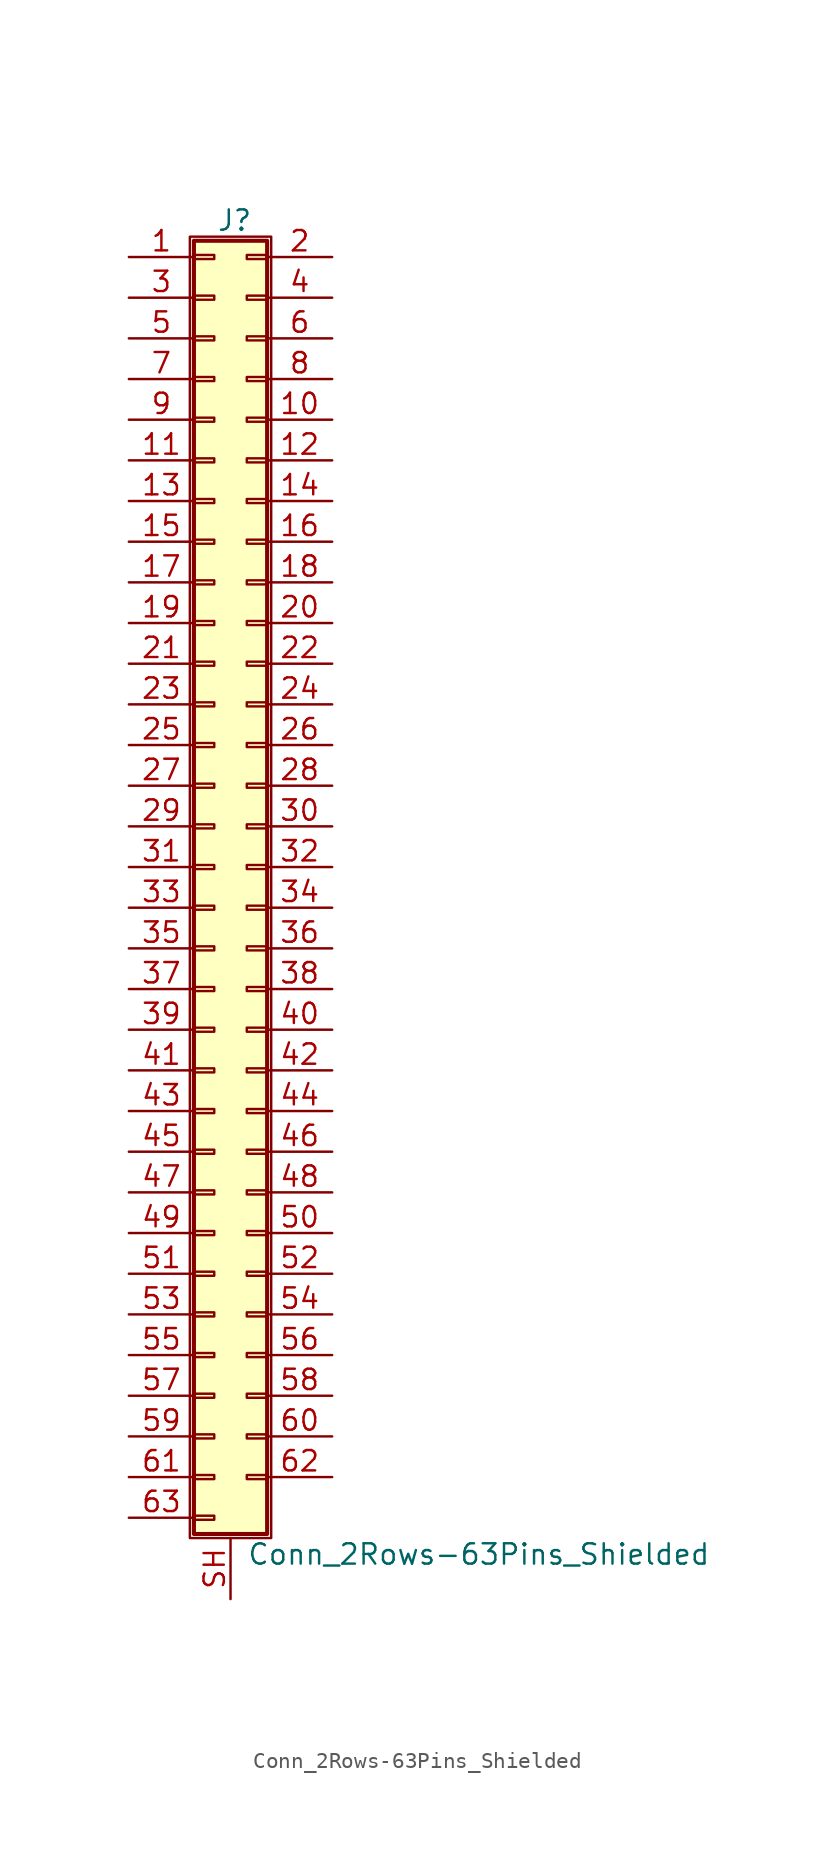
<source format=kicad_sym>
(kicad_symbol_lib
  (version 20201005)
  (generator kicad_symbol_editor)
  (symbol "Conn_2Rows-63Pins_Shielded"
    (pin_names
      (offset 1.016) hide)
    (property "Reference" "J"
      (at 1.524 40.386 0)
      (effects (font (size 1.27 1.27))))
    (property "Value" "Conn_2Rows-63Pins_Shielded"
      (at 2.286 -42.926 0)
      (effects (font (size 1.27 1.27)) (justify left)))
    (symbol "Conn_2Rows-63Pins_Shielded_1_1"
      (rectangle (start -1.27 39.37) (end 3.81 -41.91) (stroke (width 0.152)) (fill (type none)))
      (rectangle (start -1.016 -40.513) (end 0.254 -40.767) (stroke (width 0.152)) (fill (type none)))
      (rectangle (start -1.016 -37.973) (end 0.254 -38.227) (stroke (width 0.152)) (fill (type none)))
      (rectangle (start -1.016 -35.433) (end 0.254 -35.687) (stroke (width 0.152)) (fill (type none)))
      (rectangle (start -1.016 -32.893) (end 0.254 -33.147) (stroke (width 0.152)) (fill (type none)))
      (rectangle (start -1.016 -30.353) (end 0.254 -30.607) (stroke (width 0.152)) (fill (type none)))
      (rectangle (start -1.016 -27.813) (end 0.254 -28.067) (stroke (width 0.152)) (fill (type none)))
      (rectangle (start -1.016 -25.273) (end 0.254 -25.527) (stroke (width 0.152)) (fill (type none)))
      (rectangle (start -1.016 -22.733) (end 0.254 -22.987) (stroke (width 0.152)) (fill (type none)))
      (rectangle (start -1.016 -20.193) (end 0.254 -20.447) (stroke (width 0.152)) (fill (type none)))
      (rectangle (start -1.016 -17.653) (end 0.254 -17.907) (stroke (width 0.152)) (fill (type none)))
      (rectangle (start -1.016 -15.113) (end 0.254 -15.367) (stroke (width 0.152)) (fill (type none)))
      (rectangle (start -1.016 -12.573) (end 0.254 -12.827) (stroke (width 0.152)) (fill (type none)))
      (rectangle (start -1.016 -10.033) (end 0.254 -10.287) (stroke (width 0.152)) (fill (type none)))
      (rectangle (start -1.016 -7.493) (end 0.254 -7.747) (stroke (width 0.152)) (fill (type none)))
      (rectangle (start -1.016 -4.953) (end 0.254 -5.207) (stroke (width 0.152)) (fill (type none)))
      (rectangle (start -1.016 -2.413) (end 0.254 -2.667) (stroke (width 0.152)) (fill (type none)))
      (rectangle (start -1.016 0.127) (end 0.254 -0.127) (stroke (width 0.152)) (fill (type none)))
      (rectangle (start -1.016 2.667) (end 0.254 2.413) (stroke (width 0.152)) (fill (type none)))
      (rectangle (start -1.016 5.207) (end 0.254 4.953) (stroke (width 0.152)) (fill (type none)))
      (rectangle (start -1.016 7.747) (end 0.254 7.493) (stroke (width 0.152)) (fill (type none)))
      (rectangle (start -1.016 10.287) (end 0.254 10.033) (stroke (width 0.152)) (fill (type none)))
      (rectangle (start -1.016 12.827) (end 0.254 12.573) (stroke (width 0.152)) (fill (type none)))
      (rectangle (start -1.016 15.367) (end 0.254 15.113) (stroke (width 0.152)) (fill (type none)))
      (rectangle (start -1.016 17.907) (end 0.254 17.653) (stroke (width 0.152)) (fill (type none)))
      (rectangle (start -1.016 20.447) (end 0.254 20.193) (stroke (width 0.152)) (fill (type none)))
      (rectangle (start -1.016 22.987) (end 0.254 22.733) (stroke (width 0.152)) (fill (type none)))
      (rectangle (start -1.016 25.527) (end 0.254 25.273) (stroke (width 0.152)) (fill (type none)))
      (rectangle (start -1.016 28.067) (end 0.254 27.813) (stroke (width 0.152)) (fill (type none)))
      (rectangle (start -1.016 30.607) (end 0.254 30.353) (stroke (width 0.152)) (fill (type none)))
      (rectangle (start -1.016 33.147) (end 0.254 32.893) (stroke (width 0.152)) (fill (type none)))
      (rectangle (start -1.016 35.687) (end 0.254 35.433) (stroke (width 0.152)) (fill (type none)))
      (rectangle (start -1.016 38.227) (end 0.254 37.973) (stroke (width 0.152)) (fill (type none)))
      (rectangle (start 3.556 -37.973) (end 2.286 -38.227) (stroke (width 0.152)) (fill (type none)))
      (rectangle (start 3.556 -35.433) (end 2.286 -35.687) (stroke (width 0.152)) (fill (type none)))
      (rectangle (start 3.556 -32.893) (end 2.286 -33.147) (stroke (width 0.152)) (fill (type none)))
      (rectangle (start 3.556 -30.353) (end 2.286 -30.607) (stroke (width 0.152)) (fill (type none)))
      (rectangle (start 3.556 -27.813) (end 2.286 -28.067) (stroke (width 0.152)) (fill (type none)))
      (rectangle (start 3.556 -25.273) (end 2.286 -25.527) (stroke (width 0.152)) (fill (type none)))
      (rectangle (start 3.556 -22.733) (end 2.286 -22.987) (stroke (width 0.152)) (fill (type none)))
      (rectangle (start 3.556 -20.193) (end 2.286 -20.447) (stroke (width 0.152)) (fill (type none)))
      (rectangle (start 3.556 -17.653) (end 2.286 -17.907) (stroke (width 0.152)) (fill (type none)))
      (rectangle (start 3.556 -15.113) (end 2.286 -15.367) (stroke (width 0.152)) (fill (type none)))
      (rectangle (start 3.556 -12.573) (end 2.286 -12.827) (stroke (width 0.152)) (fill (type none)))
      (rectangle (start 3.556 -10.033) (end 2.286 -10.287) (stroke (width 0.152)) (fill (type none)))
      (rectangle (start 3.556 -7.493) (end 2.286 -7.747) (stroke (width 0.152)) (fill (type none)))
      (rectangle (start 3.556 -4.953) (end 2.286 -5.207) (stroke (width 0.152)) (fill (type none)))
      (rectangle (start 3.556 -2.413) (end 2.286 -2.667) (stroke (width 0.152)) (fill (type none)))
      (rectangle (start 3.556 0.127) (end 2.286 -0.127) (stroke (width 0.152)) (fill (type none)))
      (rectangle (start 3.556 2.667) (end 2.286 2.413) (stroke (width 0.152)) (fill (type none)))
      (rectangle (start 3.556 5.207) (end 2.286 4.953) (stroke (width 0.152)) (fill (type none)))
      (rectangle (start 3.556 7.747) (end 2.286 7.493) (stroke (width 0.152)) (fill (type none)))
      (rectangle (start 3.556 10.287) (end 2.286 10.033) (stroke (width 0.152)) (fill (type none)))
      (rectangle (start 3.556 12.827) (end 2.286 12.573) (stroke (width 0.152)) (fill (type none)))
      (rectangle (start 3.556 15.367) (end 2.286 15.113) (stroke (width 0.152)) (fill (type none)))
      (rectangle (start 3.556 17.907) (end 2.286 17.653) (stroke (width 0.152)) (fill (type none)))
      (rectangle (start 3.556 20.447) (end 2.286 20.193) (stroke (width 0.152)) (fill (type none)))
      (rectangle (start 3.556 22.987) (end 2.286 22.733) (stroke (width 0.152)) (fill (type none)))
      (rectangle (start 3.556 25.527) (end 2.286 25.273) (stroke (width 0.152)) (fill (type none)))
      (rectangle (start 3.556 28.067) (end 2.286 27.813) (stroke (width 0.152)) (fill (type none)))
      (rectangle (start 3.556 30.607) (end 2.286 30.353) (stroke (width 0.152)) (fill (type none)))
      (rectangle (start 3.556 33.147) (end 2.286 32.893) (stroke (width 0.152)) (fill (type none)))
      (rectangle (start 3.556 35.687) (end 2.286 35.433) (stroke (width 0.152)) (fill (type none)))
      (rectangle (start 3.556 38.227) (end 2.286 37.973) (stroke (width 0.152)) (fill (type none)))
      (rectangle (start -1.016 39.116) (end 3.556 -41.656) (stroke (width 0.254)) (fill (type background)))
      (pin passive line (at -5.08 38.1 0) (length 4.064) (name "Pin_1" (effects (font (size 1.27 1.27)))) (number "1" (effects (font (size 1.27 1.27)))))
      (pin passive line (at 7.62 27.94 180) (length 4.064) (name "Pin_10" (effects (font (size 1.27 1.27)))) (number "10" (effects (font (size 1.27 1.27)))))
      (pin passive line (at -5.08 25.4 0) (length 4.064) (name "Pin_11" (effects (font (size 1.27 1.27)))) (number "11" (effects (font (size 1.27 1.27)))))
      (pin passive line (at 7.62 25.4 180) (length 4.064) (name "Pin_12" (effects (font (size 1.27 1.27)))) (number "12" (effects (font (size 1.27 1.27)))))
      (pin passive line (at -5.08 22.86 0) (length 4.064) (name "Pin_13" (effects (font (size 1.27 1.27)))) (number "13" (effects (font (size 1.27 1.27)))))
      (pin passive line (at 7.62 22.86 180) (length 4.064) (name "Pin_14" (effects (font (size 1.27 1.27)))) (number "14" (effects (font (size 1.27 1.27)))))
      (pin passive line (at -5.08 20.32 0) (length 4.064) (name "Pin_15" (effects (font (size 1.27 1.27)))) (number "15" (effects (font (size 1.27 1.27)))))
      (pin passive line (at 7.62 20.32 180) (length 4.064) (name "Pin_16" (effects (font (size 1.27 1.27)))) (number "16" (effects (font (size 1.27 1.27)))))
      (pin passive line (at -5.08 17.78 0) (length 4.064) (name "Pin_17" (effects (font (size 1.27 1.27)))) (number "17" (effects (font (size 1.27 1.27)))))
      (pin passive line (at 7.62 17.78 180) (length 4.064) (name "Pin_18" (effects (font (size 1.27 1.27)))) (number "18" (effects (font (size 1.27 1.27)))))
      (pin passive line (at -5.08 15.24 0) (length 4.064) (name "Pin_19" (effects (font (size 1.27 1.27)))) (number "19" (effects (font (size 1.27 1.27)))))
      (pin passive line (at 7.62 38.1 180) (length 4.064) (name "Pin_2" (effects (font (size 1.27 1.27)))) (number "2" (effects (font (size 1.27 1.27)))))
      (pin passive line (at 7.62 15.24 180) (length 4.064) (name "Pin_20" (effects (font (size 1.27 1.27)))) (number "20" (effects (font (size 1.27 1.27)))))
      (pin passive line (at -5.08 12.7 0) (length 4.064) (name "Pin_21" (effects (font (size 1.27 1.27)))) (number "21" (effects (font (size 1.27 1.27)))))
      (pin passive line (at 7.62 12.7 180) (length 4.064) (name "Pin_22" (effects (font (size 1.27 1.27)))) (number "22" (effects (font (size 1.27 1.27)))))
      (pin passive line (at -5.08 10.16 0) (length 4.064) (name "Pin_23" (effects (font (size 1.27 1.27)))) (number "23" (effects (font (size 1.27 1.27)))))
      (pin passive line (at 7.62 10.16 180) (length 4.064) (name "Pin_24" (effects (font (size 1.27 1.27)))) (number "24" (effects (font (size 1.27 1.27)))))
      (pin passive line (at -5.08 7.62 0) (length 4.064) (name "Pin_25" (effects (font (size 1.27 1.27)))) (number "25" (effects (font (size 1.27 1.27)))))
      (pin passive line (at 7.62 7.62 180) (length 4.064) (name "Pin_26" (effects (font (size 1.27 1.27)))) (number "26" (effects (font (size 1.27 1.27)))))
      (pin passive line (at -5.08 5.08 0) (length 4.064) (name "Pin_27" (effects (font (size 1.27 1.27)))) (number "27" (effects (font (size 1.27 1.27)))))
      (pin passive line (at 7.62 5.08 180) (length 4.064) (name "Pin_28" (effects (font (size 1.27 1.27)))) (number "28" (effects (font (size 1.27 1.27)))))
      (pin passive line (at -5.08 2.54 0) (length 4.064) (name "Pin_29" (effects (font (size 1.27 1.27)))) (number "29" (effects (font (size 1.27 1.27)))))
      (pin passive line (at -5.08 35.56 0) (length 4.064) (name "Pin_3" (effects (font (size 1.27 1.27)))) (number "3" (effects (font (size 1.27 1.27)))))
      (pin passive line (at 7.62 2.54 180) (length 4.064) (name "Pin_30" (effects (font (size 1.27 1.27)))) (number "30" (effects (font (size 1.27 1.27)))))
      (pin passive line (at -5.08 0 0) (length 4.064) (name "Pin_31" (effects (font (size 1.27 1.27)))) (number "31" (effects (font (size 1.27 1.27)))))
      (pin passive line (at 7.62 0 180) (length 4.064) (name "Pin_32" (effects (font (size 1.27 1.27)))) (number "32" (effects (font (size 1.27 1.27)))))
      (pin passive line (at -5.08 -2.54 0) (length 4.064) (name "Pin_33" (effects (font (size 1.27 1.27)))) (number "33" (effects (font (size 1.27 1.27)))))
      (pin passive line (at 7.62 -2.54 180) (length 4.064) (name "Pin_34" (effects (font (size 1.27 1.27)))) (number "34" (effects (font (size 1.27 1.27)))))
      (pin passive line (at -5.08 -5.08 0) (length 4.064) (name "Pin_35" (effects (font (size 1.27 1.27)))) (number "35" (effects (font (size 1.27 1.27)))))
      (pin passive line (at 7.62 -5.08 180) (length 4.064) (name "Pin_36" (effects (font (size 1.27 1.27)))) (number "36" (effects (font (size 1.27 1.27)))))
      (pin passive line (at -5.08 -7.62 0) (length 4.064) (name "Pin_37" (effects (font (size 1.27 1.27)))) (number "37" (effects (font (size 1.27 1.27)))))
      (pin passive line (at 7.62 -7.62 180) (length 4.064) (name "Pin_38" (effects (font (size 1.27 1.27)))) (number "38" (effects (font (size 1.27 1.27)))))
      (pin passive line (at -5.08 -10.16 0) (length 4.064) (name "Pin_39" (effects (font (size 1.27 1.27)))) (number "39" (effects (font (size 1.27 1.27)))))
      (pin passive line (at 7.62 35.56 180) (length 4.064) (name "Pin_4" (effects (font (size 1.27 1.27)))) (number "4" (effects (font (size 1.27 1.27)))))
      (pin passive line (at 7.62 -10.16 180) (length 4.064) (name "Pin_40" (effects (font (size 1.27 1.27)))) (number "40" (effects (font (size 1.27 1.27)))))
      (pin passive line (at -5.08 -12.7 0) (length 4.064) (name "Pin_41" (effects (font (size 1.27 1.27)))) (number "41" (effects (font (size 1.27 1.27)))))
      (pin passive line (at 7.62 -12.7 180) (length 4.064) (name "Pin_42" (effects (font (size 1.27 1.27)))) (number "42" (effects (font (size 1.27 1.27)))))
      (pin passive line (at -5.08 -15.24 0) (length 4.064) (name "Pin_43" (effects (font (size 1.27 1.27)))) (number "43" (effects (font (size 1.27 1.27)))))
      (pin passive line (at 7.62 -15.24 180) (length 4.064) (name "Pin_44" (effects (font (size 1.27 1.27)))) (number "44" (effects (font (size 1.27 1.27)))))
      (pin passive line (at -5.08 -17.78 0) (length 4.064) (name "Pin_45" (effects (font (size 1.27 1.27)))) (number "45" (effects (font (size 1.27 1.27)))))
      (pin passive line (at 7.62 -17.78 180) (length 4.064) (name "Pin_46" (effects (font (size 1.27 1.27)))) (number "46" (effects (font (size 1.27 1.27)))))
      (pin passive line (at -5.08 -20.32 0) (length 4.064) (name "Pin_47" (effects (font (size 1.27 1.27)))) (number "47" (effects (font (size 1.27 1.27)))))
      (pin passive line (at 7.62 -20.32 180) (length 4.064) (name "Pin_48" (effects (font (size 1.27 1.27)))) (number "48" (effects (font (size 1.27 1.27)))))
      (pin passive line (at -5.08 -22.86 0) (length 4.064) (name "Pin_49" (effects (font (size 1.27 1.27)))) (number "49" (effects (font (size 1.27 1.27)))))
      (pin passive line (at -5.08 33.02 0) (length 4.064) (name "Pin_5" (effects (font (size 1.27 1.27)))) (number "5" (effects (font (size 1.27 1.27)))))
      (pin passive line (at 7.62 -22.86 180) (length 4.064) (name "Pin_50" (effects (font (size 1.27 1.27)))) (number "50" (effects (font (size 1.27 1.27)))))
      (pin passive line (at -5.08 -25.4 0) (length 4.064) (name "Pin_51" (effects (font (size 1.27 1.27)))) (number "51" (effects (font (size 1.27 1.27)))))
      (pin passive line (at 7.62 -25.4 180) (length 4.064) (name "Pin_52" (effects (font (size 1.27 1.27)))) (number "52" (effects (font (size 1.27 1.27)))))
      (pin passive line (at -5.08 -27.94 0) (length 4.064) (name "Pin_53" (effects (font (size 1.27 1.27)))) (number "53" (effects (font (size 1.27 1.27)))))
      (pin passive line (at 7.62 -27.94 180) (length 4.064) (name "Pin_54" (effects (font (size 1.27 1.27)))) (number "54" (effects (font (size 1.27 1.27)))))
      (pin passive line (at -5.08 -30.48 0) (length 4.064) (name "Pin_55" (effects (font (size 1.27 1.27)))) (number "55" (effects (font (size 1.27 1.27)))))
      (pin passive line (at 7.62 -30.48 180) (length 4.064) (name "Pin_56" (effects (font (size 1.27 1.27)))) (number "56" (effects (font (size 1.27 1.27)))))
      (pin passive line (at -5.08 -33.02 0) (length 4.064) (name "Pin_57" (effects (font (size 1.27 1.27)))) (number "57" (effects (font (size 1.27 1.27)))))
      (pin passive line (at 7.62 -33.02 180) (length 4.064) (name "Pin_58" (effects (font (size 1.27 1.27)))) (number "58" (effects (font (size 1.27 1.27)))))
      (pin passive line (at -5.08 -35.56 0) (length 4.064) (name "Pin_59" (effects (font (size 1.27 1.27)))) (number "59" (effects (font (size 1.27 1.27)))))
      (pin passive line (at 7.62 33.02 180) (length 4.064) (name "Pin_6" (effects (font (size 1.27 1.27)))) (number "6" (effects (font (size 1.27 1.27)))))
      (pin passive line (at 7.62 -35.56 180) (length 4.064) (name "Pin_60" (effects (font (size 1.27 1.27)))) (number "60" (effects (font (size 1.27 1.27)))))
      (pin passive line (at -5.08 -38.1 0) (length 4.064) (name "Pin_61" (effects (font (size 1.27 1.27)))) (number "61" (effects (font (size 1.27 1.27)))))
      (pin passive line (at 7.62 -38.1 180) (length 4.064) (name "Pin_62" (effects (font (size 1.27 1.27)))) (number "62" (effects (font (size 1.27 1.27)))))
      (pin passive line (at -5.08 -40.64 0) (length 4.064) (name "Pin_63" (effects (font (size 1.27 1.27)))) (number "63" (effects (font (size 1.27 1.27)))))
      (pin passive line (at -5.08 30.48 0) (length 4.064) (name "Pin_7" (effects (font (size 1.27 1.27)))) (number "7" (effects (font (size 1.27 1.27)))))
      (pin passive line (at 7.62 30.48 180) (length 4.064) (name "Pin_8" (effects (font (size 1.27 1.27)))) (number "8" (effects (font (size 1.27 1.27)))))
      (pin passive line (at -5.08 27.94 0) (length 4.064) (name "Pin_9" (effects (font (size 1.27 1.27)))) (number "9" (effects (font (size 1.27 1.27)))))
      (pin passive line (at 1.27 -45.72 90) (length 3.81) (name "Shield" (effects (font (size 1.27 1.27)))) (number "SH" (effects (font (size 1.27 1.27))))))))
</source>
